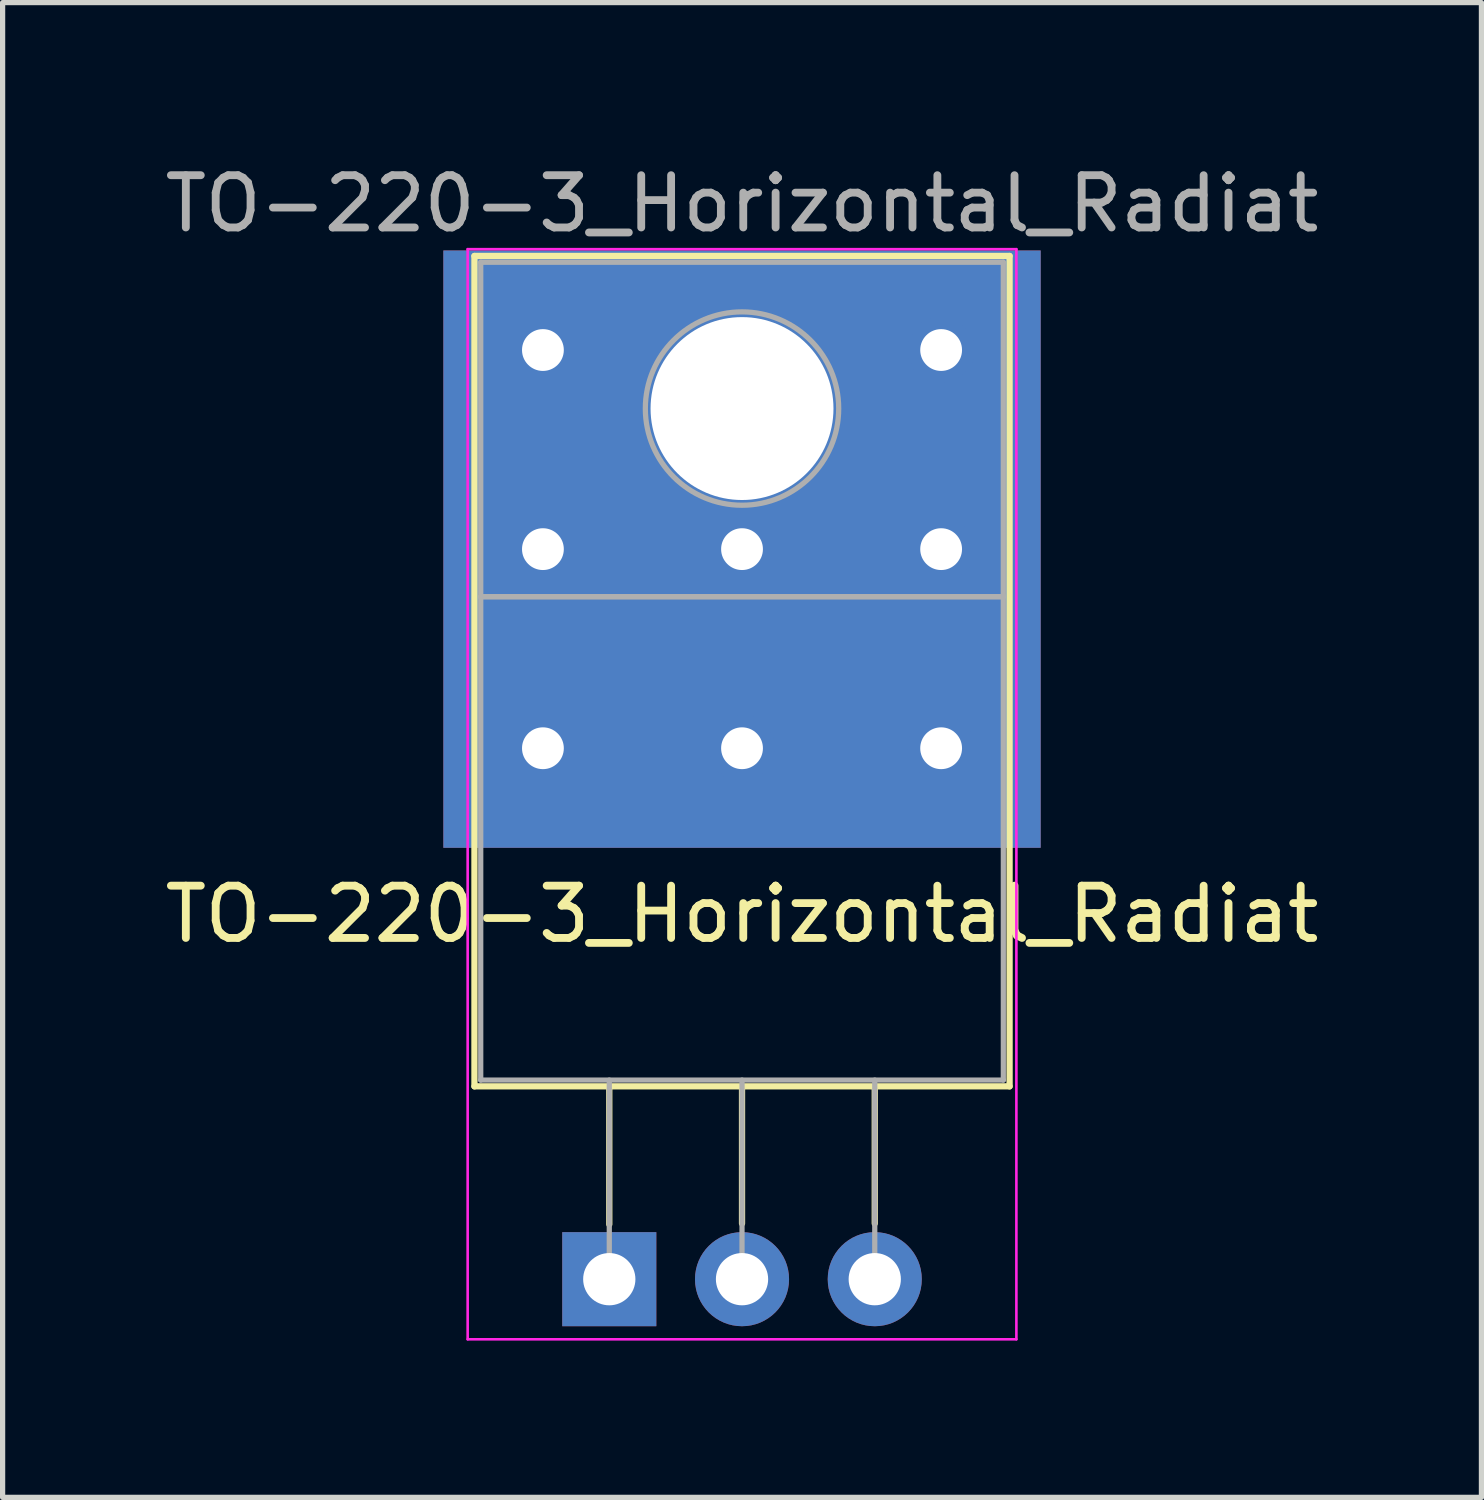
<source format=kicad_pcb>
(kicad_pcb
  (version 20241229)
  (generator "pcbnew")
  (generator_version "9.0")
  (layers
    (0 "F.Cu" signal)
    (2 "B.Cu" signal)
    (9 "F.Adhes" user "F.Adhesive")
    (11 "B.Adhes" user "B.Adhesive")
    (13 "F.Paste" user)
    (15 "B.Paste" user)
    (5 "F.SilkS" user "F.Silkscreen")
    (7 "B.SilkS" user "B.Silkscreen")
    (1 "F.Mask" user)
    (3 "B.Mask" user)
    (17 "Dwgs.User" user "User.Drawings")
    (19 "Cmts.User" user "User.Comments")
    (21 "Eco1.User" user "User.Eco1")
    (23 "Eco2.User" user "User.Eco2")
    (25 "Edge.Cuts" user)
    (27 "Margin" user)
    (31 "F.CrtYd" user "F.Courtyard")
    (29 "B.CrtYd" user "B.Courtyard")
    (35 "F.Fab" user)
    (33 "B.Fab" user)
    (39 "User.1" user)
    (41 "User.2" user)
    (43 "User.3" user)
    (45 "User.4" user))
  (footprint "TO-220-3_Horizontal_Radiat"
    (layer "F.Cu")
    (at 8.609 21.428)
    (property "Reference" "TO-220-3_Horizontal_Radiat" (at 2.54 -6.985 0) (layer "F.SilkS") (effects (font (size 1 1) (thickness 0.15))))
    (attr through_hole)
    (fp_line (start -2.58 -19.58) (end -2.58 -3.69) (stroke (width 0.12) (type solid)) (layer "F.SilkS"))
    (fp_line (start -2.58 -19.58) (end 7.66 -19.58) (stroke (width 0.12) (type solid)) (layer "F.SilkS"))
    (fp_line (start -2.58 -3.69) (end 7.66 -3.69) (stroke (width 0.12) (type solid)) (layer "F.SilkS"))
    (fp_line (start 0 -3.69) (end 0 -1.05) (stroke (width 0.12) (type solid)) (layer "F.SilkS"))
    (fp_line (start 2.54 -3.69) (end 2.54 -1.066) (stroke (width 0.12) (type solid)) (layer "F.SilkS"))
    (fp_line (start 5.08 -3.69) (end 5.08 -1.066) (stroke (width 0.12) (type solid)) (layer "F.SilkS"))
    (fp_line (start 7.66 -19.58) (end 7.66 -3.69) (stroke (width 0.12) (type solid)) (layer "F.SilkS"))
    (fp_line (start -2.71 -19.71) (end -2.71 1.15) (stroke (width 0.05) (type solid)) (layer "F.CrtYd"))
    (fp_line (start -2.71 1.15) (end 7.79 1.15) (stroke (width 0.05) (type solid)) (layer "F.CrtYd"))
    (fp_line (start 7.79 -19.71) (end -2.71 -19.71) (stroke (width 0.05) (type solid)) (layer "F.CrtYd"))
    (fp_line (start 7.79 1.15) (end 7.79 -19.71) (stroke (width 0.05) (type solid)) (layer "F.CrtYd"))
    (fp_line (start -2.46 -19.46) (end 7.54 -19.46) (stroke (width 0.1) (type solid)) (layer "F.Fab"))
    (fp_line (start -2.46 -13.06) (end -2.46 -19.46) (stroke (width 0.1) (type solid)) (layer "F.Fab"))
    (fp_line (start -2.46 -13.06) (end 7.54 -13.06) (stroke (width 0.1) (type solid)) (layer "F.Fab"))
    (fp_line (start -2.46 -3.81) (end -2.46 -13.06) (stroke (width 0.1) (type solid)) (layer "F.Fab"))
    (fp_line (start 0 -3.81) (end 0 0) (stroke (width 0.1) (type solid)) (layer "F.Fab"))
    (fp_line (start 2.54 -3.81) (end 2.54 0) (stroke (width 0.1) (type solid)) (layer "F.Fab"))
    (fp_line (start 5.08 -3.81) (end 5.08 0) (stroke (width 0.1) (type solid)) (layer "F.Fab"))
    (fp_line (start 7.54 -19.46) (end 7.54 -13.06) (stroke (width 0.1) (type solid)) (layer "F.Fab"))
    (fp_line (start 7.54 -13.06) (end -2.46 -13.06) (stroke (width 0.1) (type solid)) (layer "F.Fab"))
    (fp_line (start 7.54 -13.06) (end 7.54 -3.81) (stroke (width 0.1) (type solid)) (layer "F.Fab"))
    (fp_line (start 7.54 -3.81) (end -2.46 -3.81) (stroke (width 0.1) (type solid)) (layer "F.Fab"))
    (fp_circle (center 2.54 -16.66) (end 4.39 -16.66) (stroke (width 0.1) (type solid)) (fill no) (layer "F.Fab"))
    (fp_text user "${REFERENCE}" (at 2.54 -20.58 0) (layer "F.Fab") (effects (font (size 1 1) (thickness 0.15))))
    (pad "" thru_hole circle (at -1.27 -17.78) (size 1.27 1.27) (drill 0.8) (layers "*.Cu" "*.Mask"))
    (pad "" thru_hole circle (at -1.27 -13.97) (size 1.27 1.27) (drill 0.8) (layers "*.Cu" "*.Mask"))
    (pad "" thru_hole circle (at -1.27 -10.16) (size 1.27 1.27) (drill 0.8) (layers "*.Cu" "*.Mask"))
    (pad "" thru_hole circle (at 2.54 -16.66) (size 3.81 3.81) (drill 3.5) (layers "*.Cu" "*.Mask"))
    (pad "" thru_hole circle (at 2.54 -13.97) (size 1.27 1.27) (drill 0.8) (layers "*.Cu" "*.Mask"))
    (pad "" smd rect (at 2.54 -13.97) (size 11.43 11.43) (layers "F.Cu" "F.Mask"))
    (pad "" smd rect (at 2.54 -13.97) (size 11.43 11.43) (layers "B.Cu" "B.Mask"))
    (pad "" thru_hole circle (at 2.54 -10.16) (size 1.27 1.27) (drill 0.8) (layers "*.Cu" "*.Mask"))
    (pad "" thru_hole circle (at 6.35 -17.78) (size 1.27 1.27) (drill 0.8) (layers "*.Cu" "*.Mask"))
    (pad "" thru_hole circle (at 6.35 -13.97) (size 1.27 1.27) (drill 0.8) (layers "*.Cu" "*.Mask"))
    (pad "" thru_hole circle (at 6.35 -10.16) (size 1.27 1.27) (drill 0.8) (layers "*.Cu" "*.Mask"))
    (pad "1" thru_hole rect (at 0 0) (size 1.8 1.8) (drill 1) (layers "*.Cu" "*.Mask"))
    (pad "2" thru_hole oval (at 2.54 0) (size 1.8 1.8) (drill 1) (layers "*.Cu" "*.Mask"))
    (pad "3" thru_hole oval (at 5.08 0) (size 1.8 1.8) (drill 1) (layers "*.Cu" "*.Mask")))
  (gr_rect
    (start -3 -3)
    (end 25.298 25.603)
    (stroke (width 0.1) (type default))
    (fill no)
    (layer "Edge.Cuts")))
</source>
